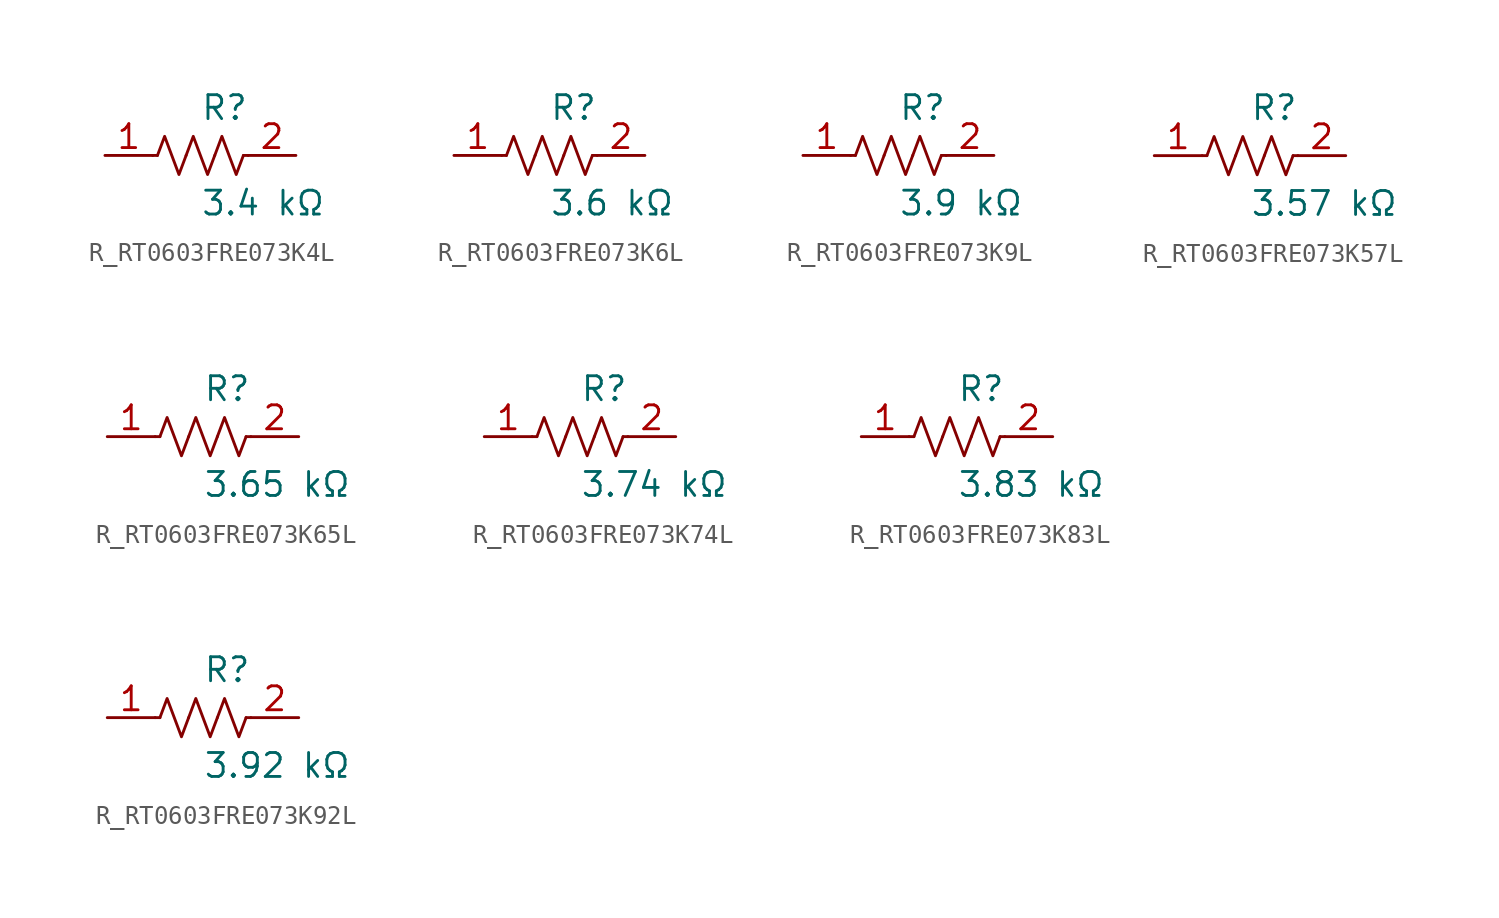
<source format=kicad_sym>
(kicad_symbol_lib
  (version 20231120)
  (generator kicad_symbol_editor)
  (generator_version 8.0)
  (symbol "R_RT0603FRE073K4L"
    (pin_names
      (offset 0.254))
    (property "Reference" "R"
      (at 0.0 2.54 0)
      (effects (font (size 1.27 1.27)) (justify left)))
    (property "Value" "3.4 kΩ"
      (at 0.0 -2.54 0)
      (effects (font (size 1.27 1.27)) (justify left)))
    (symbol "R_RT0603FRE073K4L_0_1"
      (polyline (pts (xy 2.286 0) (xy 2.54 0)) (stroke (width 0) (type default)) (fill (type none)))
      (polyline (pts (xy -2.286 0) (xy -2.54 0)) (stroke (width 0) (type default)) (fill (type none)))
      (polyline (pts (xy 0.762 0) (xy 1.143 1.016) (xy 1.524 0) (xy 1.905 -1.016) (xy 2.286 0)) (stroke (width 0) (type default)) (fill (type none)))
      (polyline (pts (xy -0.762 0) (xy -0.381 1.016) (xy 0 0) (xy 0.381 -1.016) (xy 0.762 0)) (stroke (width 0) (type default)) (fill (type none)))
      (polyline (pts (xy -2.286 0) (xy -1.905 1.016) (xy -1.524 0) (xy -1.143 -1.016) (xy -0.762 0)) (stroke (width 0) (type default)) (fill (type none))))
    (pin unspecified line
      (at -5.08 0 0)
      (length 2.54)
      (name "" (effects (font (size 1.27 1.27))))
      (number "1" (effects (font (size 1.27 1.27)))))
    (pin unspecified line
      (at 5.08 0 180)
      (length 2.54)
      (name "" (effects (font (size 1.27 1.27))))
      (number "2" (effects (font (size 1.27 1.27))))))
  (symbol "R_RT0603FRE073K6L"
    (pin_names
      (offset 0.254))
    (property "Reference" "R"
      (at 0.0 2.54 0)
      (effects (font (size 1.27 1.27)) (justify left)))
    (property "Value" "3.6 kΩ"
      (at 0.0 -2.54 0)
      (effects (font (size 1.27 1.27)) (justify left)))
    (symbol "R_RT0603FRE073K6L_0_1"
      (polyline (pts (xy 2.286 0) (xy 2.54 0)) (stroke (width 0) (type default)) (fill (type none)))
      (polyline (pts (xy -2.286 0) (xy -2.54 0)) (stroke (width 0) (type default)) (fill (type none)))
      (polyline (pts (xy 0.762 0) (xy 1.143 1.016) (xy 1.524 0) (xy 1.905 -1.016) (xy 2.286 0)) (stroke (width 0) (type default)) (fill (type none)))
      (polyline (pts (xy -0.762 0) (xy -0.381 1.016) (xy 0 0) (xy 0.381 -1.016) (xy 0.762 0)) (stroke (width 0) (type default)) (fill (type none)))
      (polyline (pts (xy -2.286 0) (xy -1.905 1.016) (xy -1.524 0) (xy -1.143 -1.016) (xy -0.762 0)) (stroke (width 0) (type default)) (fill (type none))))
    (pin unspecified line
      (at -5.08 0 0)
      (length 2.54)
      (name "" (effects (font (size 1.27 1.27))))
      (number "1" (effects (font (size 1.27 1.27)))))
    (pin unspecified line
      (at 5.08 0 180)
      (length 2.54)
      (name "" (effects (font (size 1.27 1.27))))
      (number "2" (effects (font (size 1.27 1.27))))))
  (symbol "R_RT0603FRE073K9L"
    (pin_names
      (offset 0.254))
    (property "Reference" "R"
      (at 0.0 2.54 0)
      (effects (font (size 1.27 1.27)) (justify left)))
    (property "Value" "3.9 kΩ"
      (at 0.0 -2.54 0)
      (effects (font (size 1.27 1.27)) (justify left)))
    (symbol "R_RT0603FRE073K9L_0_1"
      (polyline (pts (xy 2.286 0) (xy 2.54 0)) (stroke (width 0) (type default)) (fill (type none)))
      (polyline (pts (xy -2.286 0) (xy -2.54 0)) (stroke (width 0) (type default)) (fill (type none)))
      (polyline (pts (xy 0.762 0) (xy 1.143 1.016) (xy 1.524 0) (xy 1.905 -1.016) (xy 2.286 0)) (stroke (width 0) (type default)) (fill (type none)))
      (polyline (pts (xy -0.762 0) (xy -0.381 1.016) (xy 0 0) (xy 0.381 -1.016) (xy 0.762 0)) (stroke (width 0) (type default)) (fill (type none)))
      (polyline (pts (xy -2.286 0) (xy -1.905 1.016) (xy -1.524 0) (xy -1.143 -1.016) (xy -0.762 0)) (stroke (width 0) (type default)) (fill (type none))))
    (pin unspecified line
      (at -5.08 0 0)
      (length 2.54)
      (name "" (effects (font (size 1.27 1.27))))
      (number "1" (effects (font (size 1.27 1.27)))))
    (pin unspecified line
      (at 5.08 0 180)
      (length 2.54)
      (name "" (effects (font (size 1.27 1.27))))
      (number "2" (effects (font (size 1.27 1.27))))))
  (symbol "R_RT0603FRE073K57L"
    (pin_names
      (offset 0.254))
    (property "Reference" "R"
      (at 0.0 2.54 0)
      (effects (font (size 1.27 1.27)) (justify left)))
    (property "Value" "3.57 kΩ"
      (at 0.0 -2.54 0)
      (effects (font (size 1.27 1.27)) (justify left)))
    (symbol "R_RT0603FRE073K57L_0_1"
      (polyline (pts (xy 2.286 0) (xy 2.54 0)) (stroke (width 0) (type default)) (fill (type none)))
      (polyline (pts (xy -2.286 0) (xy -2.54 0)) (stroke (width 0) (type default)) (fill (type none)))
      (polyline (pts (xy 0.762 0) (xy 1.143 1.016) (xy 1.524 0) (xy 1.905 -1.016) (xy 2.286 0)) (stroke (width 0) (type default)) (fill (type none)))
      (polyline (pts (xy -0.762 0) (xy -0.381 1.016) (xy 0 0) (xy 0.381 -1.016) (xy 0.762 0)) (stroke (width 0) (type default)) (fill (type none)))
      (polyline (pts (xy -2.286 0) (xy -1.905 1.016) (xy -1.524 0) (xy -1.143 -1.016) (xy -0.762 0)) (stroke (width 0) (type default)) (fill (type none))))
    (pin unspecified line
      (at -5.08 0 0)
      (length 2.54)
      (name "" (effects (font (size 1.27 1.27))))
      (number "1" (effects (font (size 1.27 1.27)))))
    (pin unspecified line
      (at 5.08 0 180)
      (length 2.54)
      (name "" (effects (font (size 1.27 1.27))))
      (number "2" (effects (font (size 1.27 1.27))))))
  (symbol "R_RT0603FRE073K65L"
    (pin_names
      (offset 0.254))
    (property "Reference" "R"
      (at 0.0 2.54 0)
      (effects (font (size 1.27 1.27)) (justify left)))
    (property "Value" "3.65 kΩ"
      (at 0.0 -2.54 0)
      (effects (font (size 1.27 1.27)) (justify left)))
    (symbol "R_RT0603FRE073K65L_0_1"
      (polyline (pts (xy 2.286 0) (xy 2.54 0)) (stroke (width 0) (type default)) (fill (type none)))
      (polyline (pts (xy -2.286 0) (xy -2.54 0)) (stroke (width 0) (type default)) (fill (type none)))
      (polyline (pts (xy 0.762 0) (xy 1.143 1.016) (xy 1.524 0) (xy 1.905 -1.016) (xy 2.286 0)) (stroke (width 0) (type default)) (fill (type none)))
      (polyline (pts (xy -0.762 0) (xy -0.381 1.016) (xy 0 0) (xy 0.381 -1.016) (xy 0.762 0)) (stroke (width 0) (type default)) (fill (type none)))
      (polyline (pts (xy -2.286 0) (xy -1.905 1.016) (xy -1.524 0) (xy -1.143 -1.016) (xy -0.762 0)) (stroke (width 0) (type default)) (fill (type none))))
    (pin unspecified line
      (at -5.08 0 0)
      (length 2.54)
      (name "" (effects (font (size 1.27 1.27))))
      (number "1" (effects (font (size 1.27 1.27)))))
    (pin unspecified line
      (at 5.08 0 180)
      (length 2.54)
      (name "" (effects (font (size 1.27 1.27))))
      (number "2" (effects (font (size 1.27 1.27))))))
  (symbol "R_RT0603FRE073K74L"
    (pin_names
      (offset 0.254))
    (property "Reference" "R"
      (at 0.0 2.54 0)
      (effects (font (size 1.27 1.27)) (justify left)))
    (property "Value" "3.74 kΩ"
      (at 0.0 -2.54 0)
      (effects (font (size 1.27 1.27)) (justify left)))
    (symbol "R_RT0603FRE073K74L_0_1"
      (polyline (pts (xy 2.286 0) (xy 2.54 0)) (stroke (width 0) (type default)) (fill (type none)))
      (polyline (pts (xy -2.286 0) (xy -2.54 0)) (stroke (width 0) (type default)) (fill (type none)))
      (polyline (pts (xy 0.762 0) (xy 1.143 1.016) (xy 1.524 0) (xy 1.905 -1.016) (xy 2.286 0)) (stroke (width 0) (type default)) (fill (type none)))
      (polyline (pts (xy -0.762 0) (xy -0.381 1.016) (xy 0 0) (xy 0.381 -1.016) (xy 0.762 0)) (stroke (width 0) (type default)) (fill (type none)))
      (polyline (pts (xy -2.286 0) (xy -1.905 1.016) (xy -1.524 0) (xy -1.143 -1.016) (xy -0.762 0)) (stroke (width 0) (type default)) (fill (type none))))
    (pin unspecified line
      (at -5.08 0 0)
      (length 2.54)
      (name "" (effects (font (size 1.27 1.27))))
      (number "1" (effects (font (size 1.27 1.27)))))
    (pin unspecified line
      (at 5.08 0 180)
      (length 2.54)
      (name "" (effects (font (size 1.27 1.27))))
      (number "2" (effects (font (size 1.27 1.27))))))
  (symbol "R_RT0603FRE073K83L"
    (pin_names
      (offset 0.254))
    (property "Reference" "R"
      (at 0.0 2.54 0)
      (effects (font (size 1.27 1.27)) (justify left)))
    (property "Value" "3.83 kΩ"
      (at 0.0 -2.54 0)
      (effects (font (size 1.27 1.27)) (justify left)))
    (symbol "R_RT0603FRE073K83L_0_1"
      (polyline (pts (xy 2.286 0) (xy 2.54 0)) (stroke (width 0) (type default)) (fill (type none)))
      (polyline (pts (xy -2.286 0) (xy -2.54 0)) (stroke (width 0) (type default)) (fill (type none)))
      (polyline (pts (xy 0.762 0) (xy 1.143 1.016) (xy 1.524 0) (xy 1.905 -1.016) (xy 2.286 0)) (stroke (width 0) (type default)) (fill (type none)))
      (polyline (pts (xy -0.762 0) (xy -0.381 1.016) (xy 0 0) (xy 0.381 -1.016) (xy 0.762 0)) (stroke (width 0) (type default)) (fill (type none)))
      (polyline (pts (xy -2.286 0) (xy -1.905 1.016) (xy -1.524 0) (xy -1.143 -1.016) (xy -0.762 0)) (stroke (width 0) (type default)) (fill (type none))))
    (pin unspecified line
      (at -5.08 0 0)
      (length 2.54)
      (name "" (effects (font (size 1.27 1.27))))
      (number "1" (effects (font (size 1.27 1.27)))))
    (pin unspecified line
      (at 5.08 0 180)
      (length 2.54)
      (name "" (effects (font (size 1.27 1.27))))
      (number "2" (effects (font (size 1.27 1.27))))))
  (symbol "R_RT0603FRE073K92L"
    (pin_names
      (offset 0.254))
    (property "Reference" "R"
      (at 0.0 2.54 0)
      (effects (font (size 1.27 1.27)) (justify left)))
    (property "Value" "3.92 kΩ"
      (at 0.0 -2.54 0)
      (effects (font (size 1.27 1.27)) (justify left)))
    (symbol "R_RT0603FRE073K92L_0_1"
      (polyline (pts (xy 2.286 0) (xy 2.54 0)) (stroke (width 0) (type default)) (fill (type none)))
      (polyline (pts (xy -2.286 0) (xy -2.54 0)) (stroke (width 0) (type default)) (fill (type none)))
      (polyline (pts (xy 0.762 0) (xy 1.143 1.016) (xy 1.524 0) (xy 1.905 -1.016) (xy 2.286 0)) (stroke (width 0) (type default)) (fill (type none)))
      (polyline (pts (xy -0.762 0) (xy -0.381 1.016) (xy 0 0) (xy 0.381 -1.016) (xy 0.762 0)) (stroke (width 0) (type default)) (fill (type none)))
      (polyline (pts (xy -2.286 0) (xy -1.905 1.016) (xy -1.524 0) (xy -1.143 -1.016) (xy -0.762 0)) (stroke (width 0) (type default)) (fill (type none))))
    (pin unspecified line
      (at -5.08 0 0)
      (length 2.54)
      (name "" (effects (font (size 1.27 1.27))))
      (number "1" (effects (font (size 1.27 1.27)))))
    (pin unspecified line
      (at 5.08 0 180)
      (length 2.54)
      (name "" (effects (font (size 1.27 1.27))))
      (number "2" (effects (font (size 1.27 1.27)))))))
</source>
